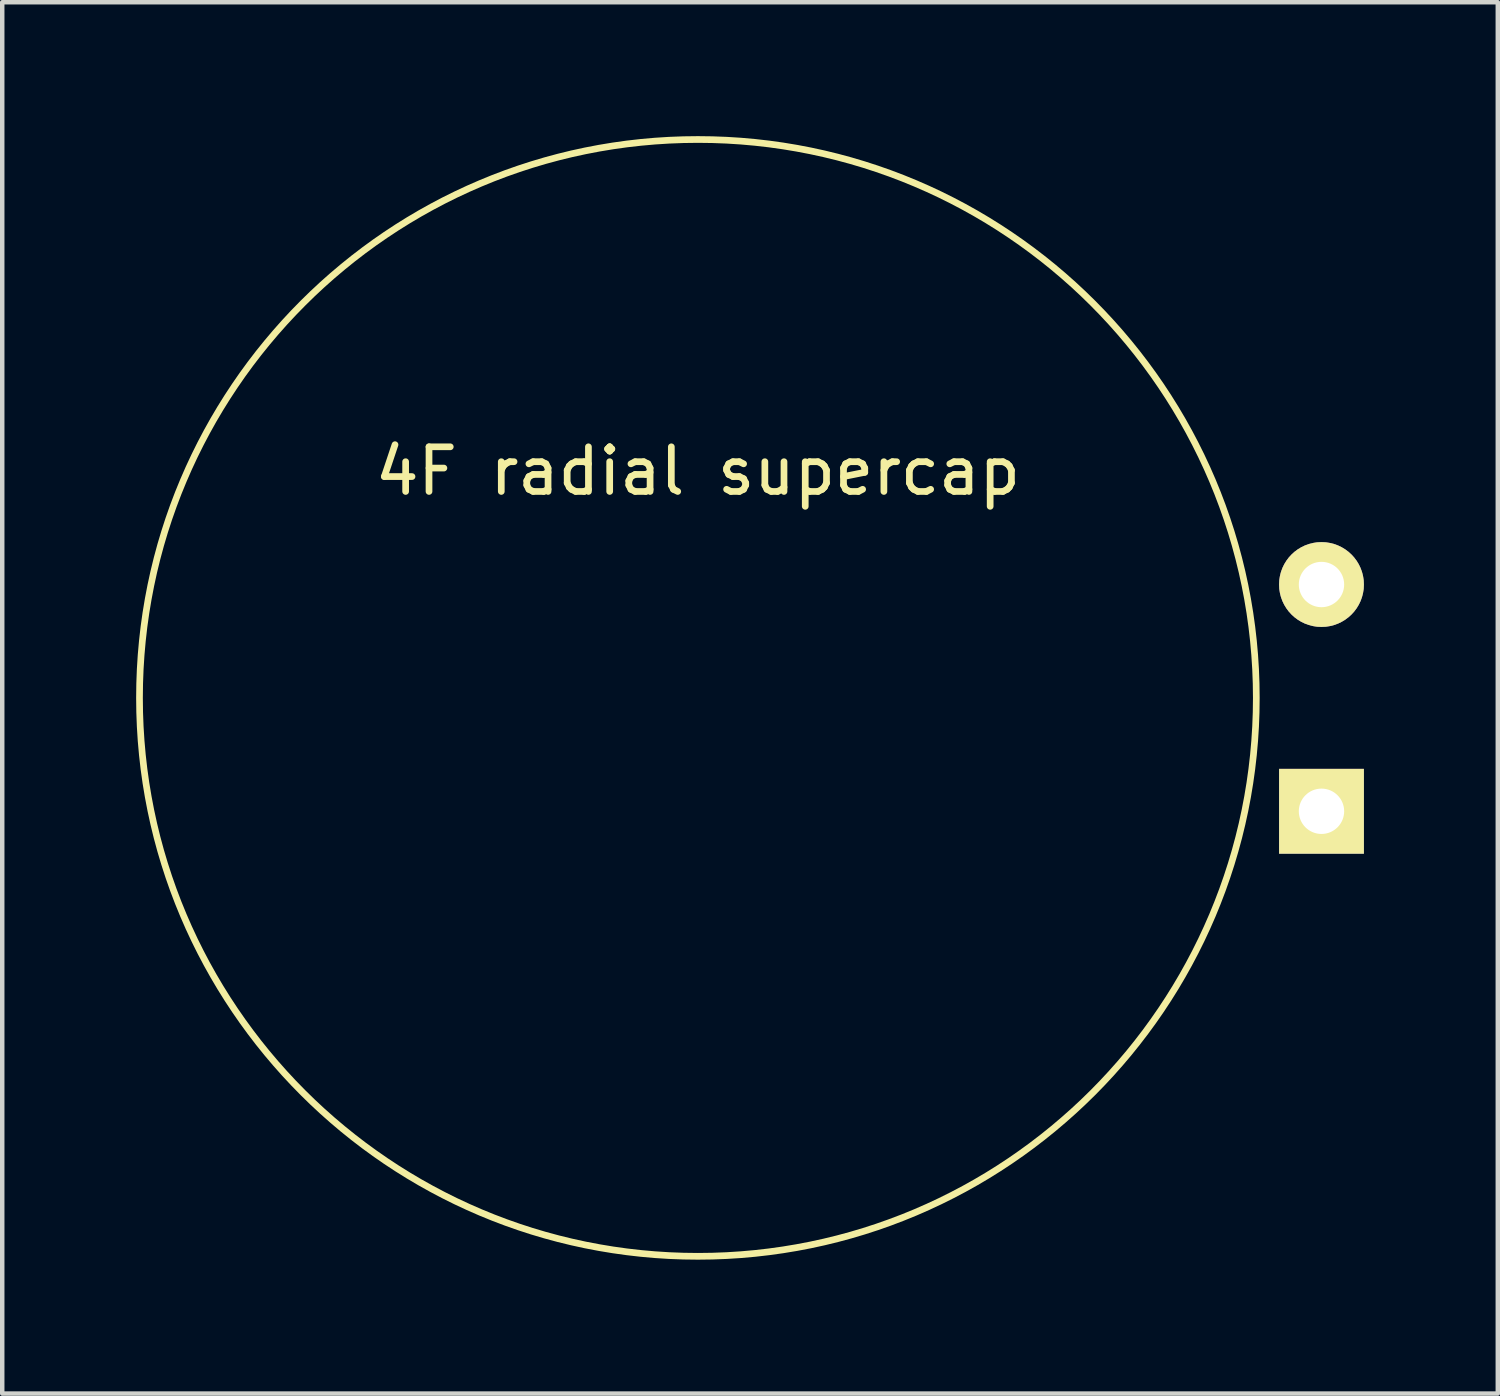
<source format=kicad_pcb>
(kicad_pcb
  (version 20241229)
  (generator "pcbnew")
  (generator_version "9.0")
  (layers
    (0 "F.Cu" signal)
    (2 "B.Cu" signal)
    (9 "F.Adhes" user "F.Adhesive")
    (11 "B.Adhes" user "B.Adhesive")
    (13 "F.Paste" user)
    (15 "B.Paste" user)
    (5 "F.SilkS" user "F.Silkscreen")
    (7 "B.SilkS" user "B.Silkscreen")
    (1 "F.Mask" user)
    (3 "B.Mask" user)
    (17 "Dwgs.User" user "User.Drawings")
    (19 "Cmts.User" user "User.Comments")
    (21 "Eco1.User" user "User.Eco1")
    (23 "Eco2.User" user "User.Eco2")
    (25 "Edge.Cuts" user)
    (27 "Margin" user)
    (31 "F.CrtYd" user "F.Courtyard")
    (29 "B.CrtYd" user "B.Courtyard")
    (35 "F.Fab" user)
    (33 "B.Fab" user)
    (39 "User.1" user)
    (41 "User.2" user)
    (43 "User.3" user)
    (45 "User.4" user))
  (footprint "4F radial supercap"
    (layer "F.Cu")
    (at 13.855 12.585)
    (property "Reference" "4F radial supercap" (at -1.27 -5.08 0) (layer "F.SilkS") (effects (font (size 1 1) (thickness 0.15))))
    (attr through_hole)
    (fp_circle (center -1.27 0) (end 11.23 0.5) (stroke (width 0.15) (type solid)) (fill no) (layer "F.SilkS"))
    (pad "1" thru_hole circle (at 12.7 -2.54) (size 1.9 1.9) (drill 1.016) (layers "*.Cu" "*.Mask" "F.SilkS"))
    (pad "2" thru_hole rect (at 12.7 2.54) (size 1.9 1.9) (drill 1.016) (layers "*.Cu" "*.Mask" "F.SilkS")))
  (gr_rect
    (start -3 -3)
    (end 30.505 28.17)
    (stroke (width 0.1) (type default))
    (fill no)
    (layer "Edge.Cuts")))
</source>
